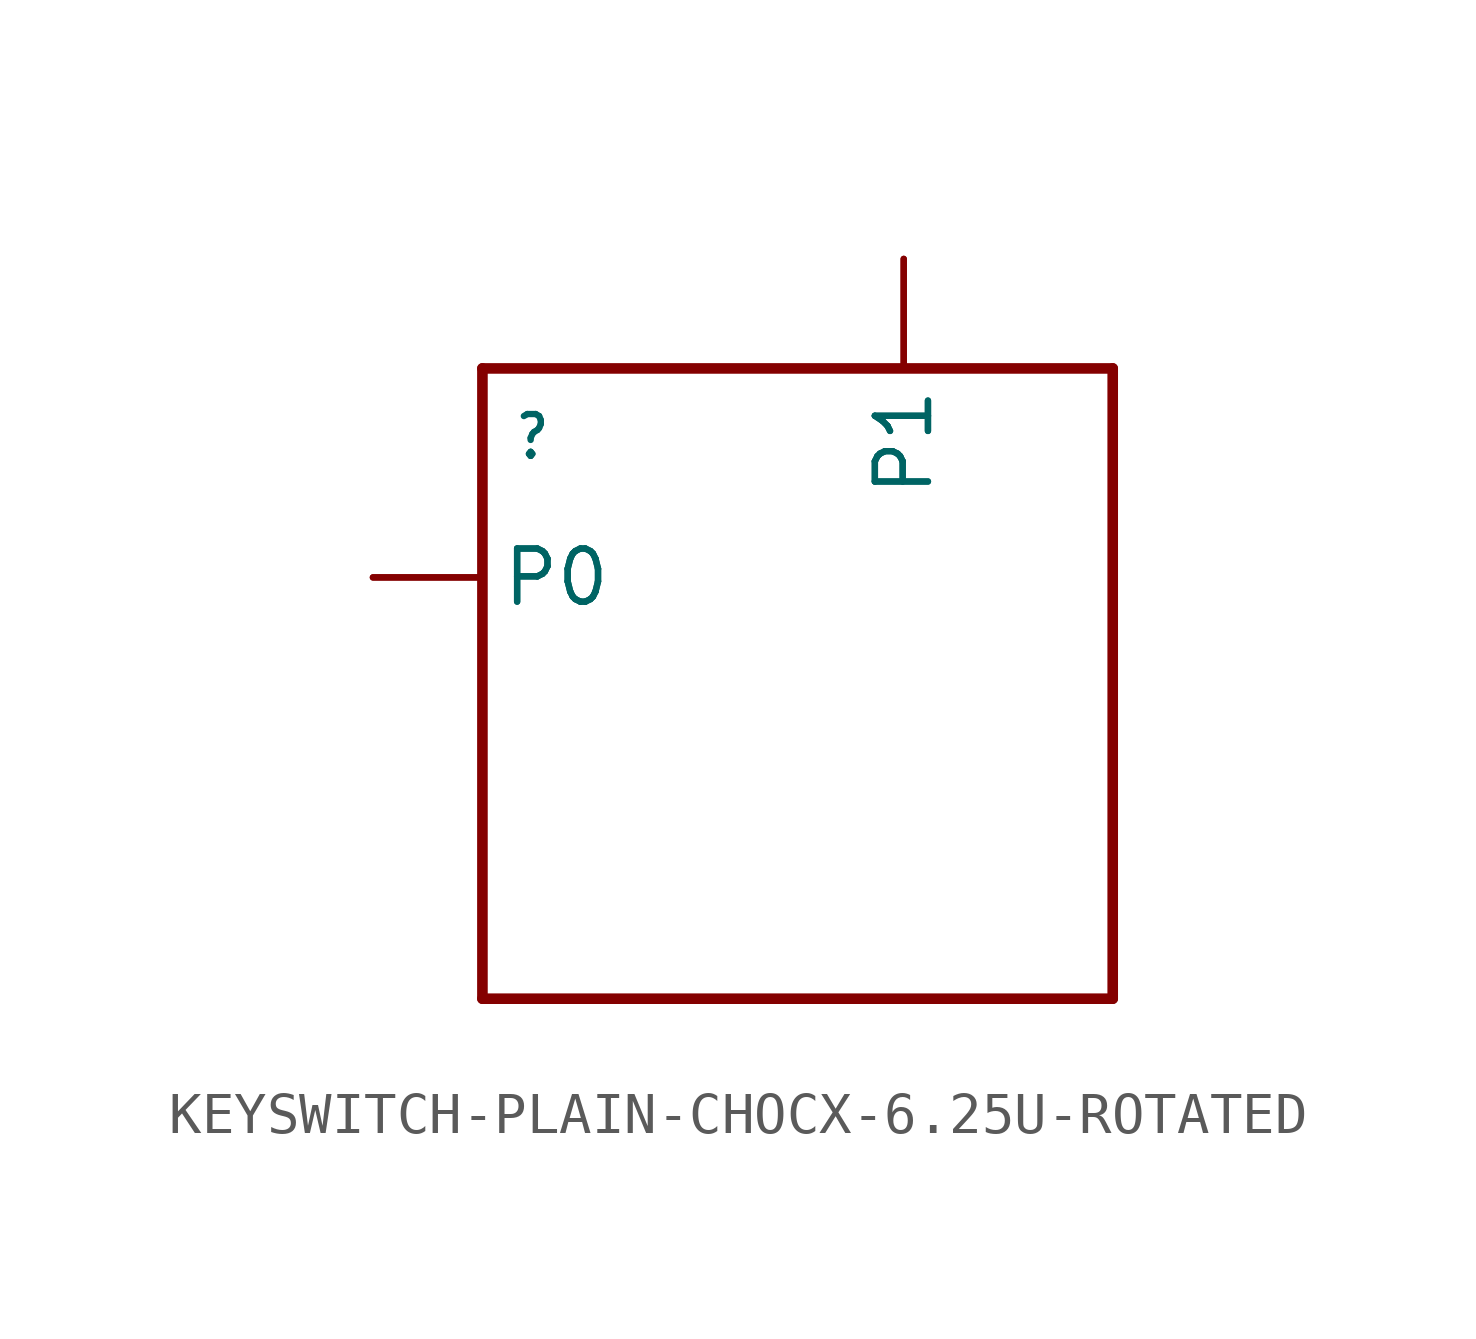
<source format=kicad_sym>
(kicad_symbol_lib
  (version 20211014)
  (generator kicad_symbol_editor)
  (symbol "KEYSWITCH-PLAIN-CHOCX-6.25U-ROTATED"
    (property "Reference" ""
      (at -6.81 5.318 0)
      (effects (font (size 1 0.85)) (justify left bottom)))
    (property "ki_locked" ""
      (at 0 0 0)
      (effects (font (size 1.27 1.27))))
    (symbol "KEYSWITCH-PLAIN-CHOCX-6.25U-ROTATED_1_0"
      (polyline (pts (xy -7.54 -7.54) (xy -7.54 7.54)) (stroke (width 0.254) (type default) (color 0 0 0 0)) (fill (type none)))
      (polyline (pts (xy -7.54 7.54) (xy 7.54 7.54)) (stroke (width 0.254) (type default) (color 0 0 0 0)) (fill (type none)))
      (polyline (pts (xy 7.54 -7.54) (xy -7.54 -7.54)) (stroke (width 0.254) (type default) (color 0 0 0 0)) (fill (type none)))
      (polyline (pts (xy 7.54 7.54) (xy 7.54 -7.54)) (stroke (width 0.254) (type default) (color 0 0 0 0)) (fill (type none)))
      (pin bidirectional line (at -10.16 2.54 0) (length 2.54) (name "P0" (effects (font (size 1.27 1.27)))) (number "CHOC1" (effects (font (size 0 0)))))
      (pin bidirectional line (at 2.54 10.16 270) (length 2.54) (name "P1" (effects (font (size 1.27 1.27)))) (number "CHOC2" (effects (font (size 0 0)))))
      (pin bidirectional line (at -10.16 2.54 0) (length 2.54) (name "P0" (effects (font (size 1.27 1.27)))) (number "X1" (effects (font (size 0 0)))))
      (pin bidirectional line (at 2.54 10.16 270) (length 2.54) (name "P1" (effects (font (size 1.27 1.27)))) (number "X2" (effects (font (size 0 0))))))))
</source>
